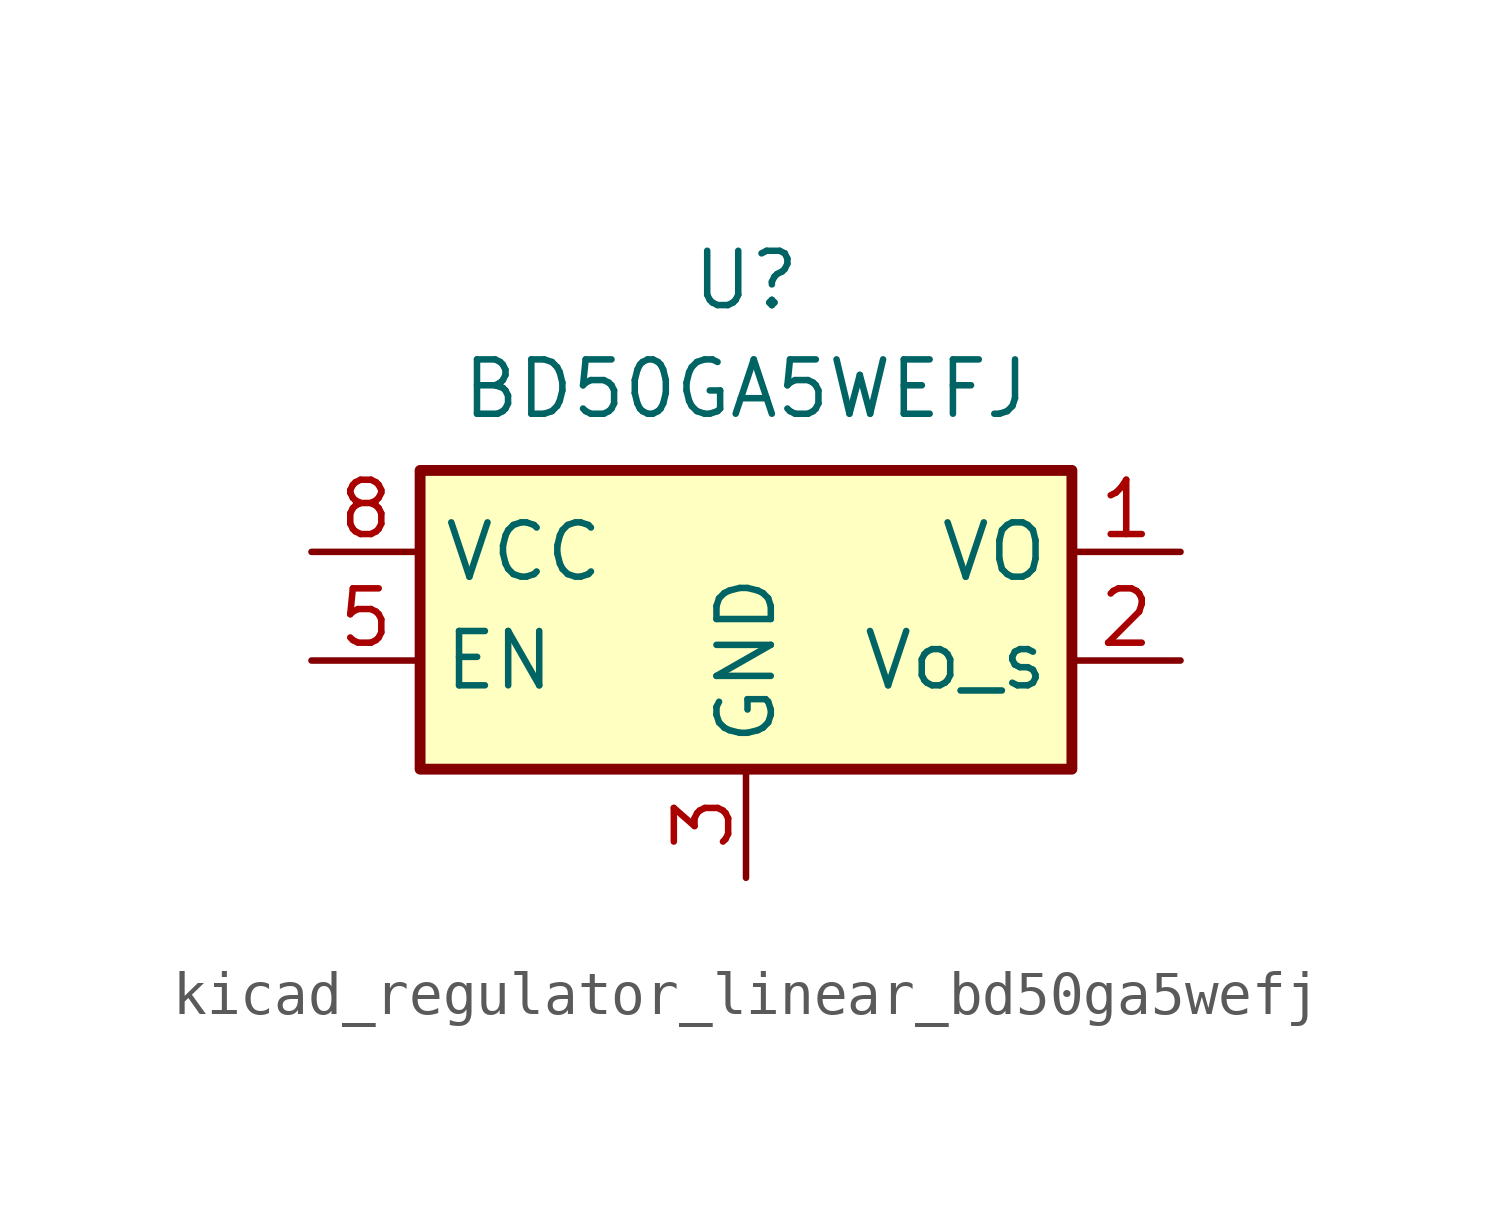
<source format=kicad_sym>
(kicad_symbol_lib
  (version 20220914)
  (generator kicad_symbol_editor)
  (symbol "kicad_regulator_linear_bd50ga5wefj"
    (property "Reference" "U"
      (at 0 6.35 0)
      (effects (font (size 1.27 1.27))))
    (property "Value" "BD50GA5WEFJ"
      (at 0 3.81 0)
      (effects (font (size 1.27 1.27))))
    (symbol "kicad_regulator_linear_bd50ga5wefj_1_1"
      (rectangle (start -7.62 -5.08) (end 7.62 1.905) (stroke (width 0.254) (type default)) (fill (type background)))
      (pin power_out line (at 10.16 0 180) (length 2.54) (name "VO" (effects (font (size 1.27 1.27)))) (number "1" (effects (font (size 1.27 1.27)))))
      (pin input line (at 10.16 -2.54 180) (length 2.54) (name "Vo_s" (effects (font (size 1.27 1.27)))) (number "2" (effects (font (size 1.27 1.27)))))
      (pin power_in line (at 0 -7.62 90) (length 2.54) (name "GND" (effects (font (size 1.27 1.27)))) (number "3" (effects (font (size 1.27 1.27)))))
      (pin passive line (at 0 -7.62 90) (length 2.54) hide (name "GND" (effects (font (size 1.27 1.27)))) (number "4" (effects (font (size 1.27 1.27)))))
      (pin input line (at -10.16 -2.54 0) (length 2.54) (name "EN" (effects (font (size 1.27 1.27)))) (number "5" (effects (font (size 1.27 1.27)))))
      (pin passive line (at 0 -7.62 90) (length 2.54) hide (name "GND" (effects (font (size 1.27 1.27)))) (number "6" (effects (font (size 1.27 1.27)))))
      (pin passive line (at 0 -7.62 90) (length 2.54) hide (name "GND" (effects (font (size 1.27 1.27)))) (number "7" (effects (font (size 1.27 1.27)))))
      (pin power_in line (at -10.16 0 0) (length 2.54) (name "VCC" (effects (font (size 1.27 1.27)))) (number "8" (effects (font (size 1.27 1.27)))))
      (pin passive line (at 0 -7.62 90) (length 2.54) hide (name "GND" (effects (font (size 1.27 1.27)))) (number "9" (effects (font (size 1.27 1.27))))))))
</source>
